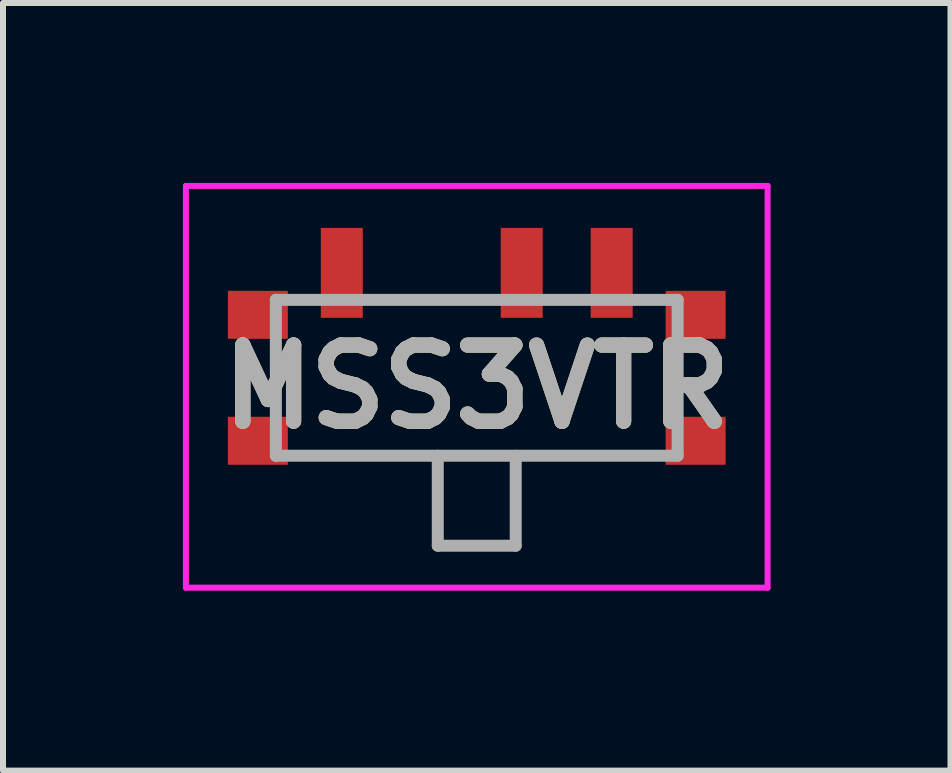
<source format=kicad_pcb>
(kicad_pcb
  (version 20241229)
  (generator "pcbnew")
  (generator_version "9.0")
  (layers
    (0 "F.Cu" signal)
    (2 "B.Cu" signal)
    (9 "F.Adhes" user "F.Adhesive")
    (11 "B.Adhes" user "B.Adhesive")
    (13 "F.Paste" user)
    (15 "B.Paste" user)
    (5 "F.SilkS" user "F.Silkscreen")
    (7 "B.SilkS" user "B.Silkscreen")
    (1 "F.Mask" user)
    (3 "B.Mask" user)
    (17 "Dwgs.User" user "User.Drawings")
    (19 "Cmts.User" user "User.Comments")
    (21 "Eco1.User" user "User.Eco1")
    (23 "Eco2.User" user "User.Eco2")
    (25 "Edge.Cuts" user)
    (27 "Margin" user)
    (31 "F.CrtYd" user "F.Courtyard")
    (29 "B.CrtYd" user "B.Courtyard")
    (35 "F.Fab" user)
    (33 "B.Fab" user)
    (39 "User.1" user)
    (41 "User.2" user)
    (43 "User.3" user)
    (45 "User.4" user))
  (footprint "MSS3VTR"
    (layer "F.Cu")
    (at 4.9 4.55)
    (property "Reference" "MSS3VTR" (at 0 -1.15 0) (layer "F.SilkS") (effects (font (size 1.27 1.27) (thickness 0.254))))
    (attr through_hole)
    (fp_line (start -3.35 -1.05) (end -3.35 -1.55) (stroke (width 0.1) (type solid)) (layer "F.SilkS"))
    (fp_line (start -2.5 0) (end 2.5 0) (stroke (width 0.1) (type solid)) (layer "F.SilkS"))
    (fp_line (start -1.5 -2.6) (end 0 -2.6) (stroke (width 0.1) (type solid)) (layer "F.SilkS"))
    (fp_line (start 3.35 -1.05) (end 3.35 -1.55) (stroke (width 0.1) (type solid)) (layer "F.SilkS"))
    (fp_line (start -4.85 -4.5) (end 4.85 -4.5) (stroke (width 0.1) (type solid)) (layer "F.CrtYd"))
    (fp_line (start -4.85 2.2) (end -4.85 -4.5) (stroke (width 0.1) (type solid)) (layer "F.CrtYd"))
    (fp_line (start 4.85 -4.5) (end 4.85 2.2) (stroke (width 0.1) (type solid)) (layer "F.CrtYd"))
    (fp_line (start 4.85 2.2) (end -4.85 2.2) (stroke (width 0.1) (type solid)) (layer "F.CrtYd"))
    (fp_line (start -3.35 -2.6) (end 3.35 -2.6) (stroke (width 0.2) (type solid)) (layer "F.Fab"))
    (fp_line (start -3.35 0) (end -3.35 -2.6) (stroke (width 0.2) (type solid)) (layer "F.Fab"))
    (fp_line (start -0.65 0) (end -0.65 1.5) (stroke (width 0.2) (type solid)) (layer "F.Fab"))
    (fp_line (start -0.65 1.5) (end 0.65 1.5) (stroke (width 0.2) (type solid)) (layer "F.Fab"))
    (fp_line (start 0.65 1.5) (end 0.65 0) (stroke (width 0.2) (type solid)) (layer "F.Fab"))
    (fp_line (start 3.35 -2.6) (end 3.35 0) (stroke (width 0.2) (type solid)) (layer "F.Fab"))
    (fp_line (start 3.35 0) (end -3.35 0) (stroke (width 0.2) (type solid)) (layer "F.Fab"))
    (fp_text user "${REFERENCE}" (at 0 -1.15 0) (layer "F.Fab") (effects (font (size 1.27 1.27) (thickness 0.254))))
    (pad "" np_thru_hole circle (at -1.5 -1.3) (size 0.001 0.001) (drill 0.9) (layers "*.Cu" "*.Mask"))
    (pad "" np_thru_hole circle (at 1.5 -1.3) (size 0.001 0.001) (drill 0.9) (layers "*.Cu" "*.Mask"))
    (pad "A1" smd rect (at -2.25 -3.05) (size 0.7 1.5) (layers "F.Cu" "F.Mask" "F.Paste"))
    (pad "B1" smd rect (at 0.75 -3.05) (size 0.7 1.5) (layers "F.Cu" "F.Mask" "F.Paste"))
    (pad "C1" smd rect (at 2.25 -3.05) (size 0.7 1.5) (layers "F.Cu" "F.Mask" "F.Paste"))
    (pad "MP1" smd rect (at -3.65 -2.35 90) (size 0.8 1) (layers "F.Cu" "F.Mask" "F.Paste"))
    (pad "MP2" smd rect (at -3.65 -0.25 90) (size 0.8 1) (layers "F.Cu" "F.Mask" "F.Paste"))
    (pad "MP3" smd rect (at 3.65 -0.25 90) (size 0.8 1) (layers "F.Cu" "F.Mask" "F.Paste"))
    (pad "MP4" smd rect (at 3.65 -2.35 90) (size 0.8 1) (layers "F.Cu" "F.Mask" "F.Paste")))
  (gr_rect
    (start -3 -3)
    (end 12.8 9.8)
    (stroke (width 0.1) (type default))
    (fill no)
    (layer "Edge.Cuts")))
</source>
